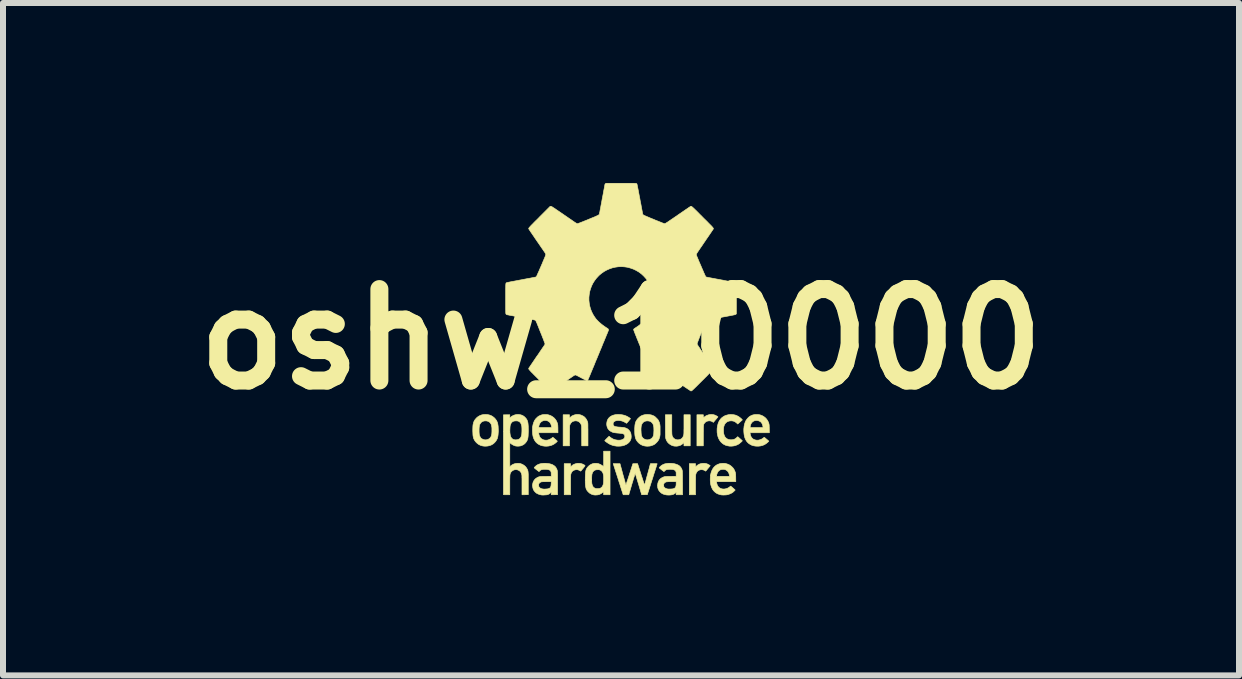
<source format=kicad_pcb>
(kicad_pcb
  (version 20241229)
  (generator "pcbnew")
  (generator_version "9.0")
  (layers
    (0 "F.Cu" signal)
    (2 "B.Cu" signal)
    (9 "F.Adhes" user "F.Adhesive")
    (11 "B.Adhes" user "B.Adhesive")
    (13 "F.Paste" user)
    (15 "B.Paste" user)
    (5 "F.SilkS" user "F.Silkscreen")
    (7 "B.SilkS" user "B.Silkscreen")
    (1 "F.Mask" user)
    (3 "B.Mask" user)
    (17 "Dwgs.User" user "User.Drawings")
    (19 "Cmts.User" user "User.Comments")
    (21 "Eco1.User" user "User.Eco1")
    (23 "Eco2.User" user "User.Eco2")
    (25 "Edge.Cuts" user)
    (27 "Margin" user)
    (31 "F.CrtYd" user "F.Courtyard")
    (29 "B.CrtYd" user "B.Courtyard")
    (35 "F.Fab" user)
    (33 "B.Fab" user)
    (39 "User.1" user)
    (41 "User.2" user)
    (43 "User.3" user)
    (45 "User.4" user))
  (footprint "oshw_10000"
    (layer "F.Cu")
    (at 7.301 2.603)
    (property "Reference" "oshw_10000" (at 0 0 0) (layer "F.SilkS") (effects (font (size 1.524 1.524) (thickness 0.3))))
    (attr through_hole)
    (fp_poly (pts (xy 1.54 1.258) (xy 1.566 1.266) (xy 1.578 1.271) (xy 1.586 1.276) (xy 1.595 1.281) (xy 1.604 1.286) (xy 1.611 1.291) (xy 1.615 1.294) (xy 1.615 1.295) (xy 1.614 1.298) (xy 1.609 1.303) (xy 1.603 1.311) (xy 1.594 1.322) (xy 1.584 1.334) (xy 1.577 1.342) (xy 1.539 1.387) (xy 1.526 1.378) (xy 1.508 1.368) (xy 1.489 1.363) (xy 1.471 1.361) (xy 1.448 1.364) (xy 1.427 1.37) (xy 1.409 1.381) (xy 1.394 1.397) (xy 1.392 1.399) (xy 1.388 1.404) (xy 1.385 1.408) (xy 1.383 1.412) (xy 1.38 1.417) (xy 1.378 1.422) (xy 1.377 1.429) (xy 1.376 1.436) (xy 1.375 1.446) (xy 1.374 1.458) (xy 1.373 1.473) (xy 1.373 1.49) (xy 1.373 1.511) (xy 1.373 1.536) (xy 1.372 1.565) (xy 1.372 1.599) (xy 1.372 1.608) (xy 1.371 1.778) (xy 1.265 1.778) (xy 1.265 1.26) (xy 1.372 1.26) (xy 1.372 1.314) (xy 1.388 1.298) (xy 1.409 1.282) (xy 1.433 1.27) (xy 1.459 1.261) (xy 1.486 1.256) (xy 1.513 1.255) (xy 1.54 1.258)) (stroke (width 0.01) (type solid)) (fill yes) (layer "F.SilkS"))
    (fp_poly (pts (xy 1.397 2.07) (xy 1.414 2.073) (xy 1.43 2.077) (xy 1.447 2.084) (xy 1.465 2.094) (xy 1.48 2.103) (xy 1.484 2.107) (xy 1.486 2.109) (xy 1.484 2.112) (xy 1.48 2.117) (xy 1.474 2.125) (xy 1.466 2.135) (xy 1.456 2.146) (xy 1.447 2.158) (xy 1.437 2.169) (xy 1.429 2.18) (xy 1.421 2.189) (xy 1.415 2.195) (xy 1.411 2.199) (xy 1.411 2.2) (xy 1.408 2.198) (xy 1.403 2.195) (xy 1.402 2.194) (xy 1.382 2.183) (xy 1.361 2.177) (xy 1.339 2.175) (xy 1.317 2.178) (xy 1.295 2.186) (xy 1.293 2.187) (xy 1.278 2.197) (xy 1.265 2.212) (xy 1.254 2.23) (xy 1.247 2.25) (xy 1.245 2.262) (xy 1.244 2.268) (xy 1.244 2.279) (xy 1.243 2.294) (xy 1.243 2.313) (xy 1.243 2.335) (xy 1.242 2.36) (xy 1.242 2.388) (xy 1.242 2.418) (xy 1.242 2.436) (xy 1.242 2.593) (xy 1.138 2.593) (xy 1.138 2.075) (xy 1.242 2.075) (xy 1.242 2.129) (xy 1.26 2.112) (xy 1.281 2.096) (xy 1.304 2.083) (xy 1.329 2.075) (xy 1.357 2.07) (xy 1.378 2.07) (xy 1.397 2.07)) (stroke (width 0.01) (type solid)) (fill yes) (layer "F.SilkS"))
    (fp_poly (pts (xy -0.675 2.072) (xy -0.648 2.079) (xy -0.623 2.091) (xy -0.615 2.095) (xy -0.608 2.1) (xy -0.603 2.103) (xy -0.601 2.106) (xy -0.6 2.11) (xy -0.602 2.115) (xy -0.607 2.122) (xy -0.614 2.131) (xy -0.624 2.143) (xy -0.63 2.151) (xy -0.643 2.166) (xy -0.653 2.178) (xy -0.66 2.187) (xy -0.666 2.193) (xy -0.67 2.197) (xy -0.673 2.198) (xy -0.675 2.199) (xy -0.678 2.198) (xy -0.68 2.196) (xy -0.682 2.194) (xy -0.703 2.183) (xy -0.724 2.176) (xy -0.746 2.175) (xy -0.768 2.179) (xy -0.79 2.187) (xy -0.791 2.188) (xy -0.808 2.199) (xy -0.821 2.215) (xy -0.831 2.234) (xy -0.837 2.252) (xy -0.838 2.257) (xy -0.838 2.262) (xy -0.839 2.27) (xy -0.839 2.28) (xy -0.84 2.292) (xy -0.84 2.307) (xy -0.84 2.326) (xy -0.841 2.348) (xy -0.841 2.374) (xy -0.841 2.404) (xy -0.841 2.431) (xy -0.841 2.593) (xy -0.947 2.593) (xy -0.947 2.075) (xy -0.841 2.075) (xy -0.841 2.129) (xy -0.827 2.116) (xy -0.806 2.098) (xy -0.782 2.085) (xy -0.756 2.076) (xy -0.729 2.07) (xy -0.702 2.069) (xy -0.675 2.072)) (stroke (width 0.01) (type solid)) (fill yes) (layer "F.SilkS"))
    (fp_poly (pts (xy -0.688 1.259) (xy -0.669 1.264) (xy -0.649 1.273) (xy -0.629 1.283) (xy -0.612 1.295) (xy -0.608 1.299) (xy -0.589 1.319) (xy -0.574 1.342) (xy -0.562 1.367) (xy -0.554 1.393) (xy -0.554 1.396) (xy -0.553 1.402) (xy -0.553 1.413) (xy -0.552 1.429) (xy -0.552 1.45) (xy -0.552 1.476) (xy -0.551 1.507) (xy -0.551 1.542) (xy -0.551 1.582) (xy -0.551 1.594) (xy -0.551 1.778) (xy -0.655 1.778) (xy -0.656 1.612) (xy -0.656 1.579) (xy -0.656 1.551) (xy -0.656 1.527) (xy -0.657 1.506) (xy -0.657 1.49) (xy -0.657 1.476) (xy -0.657 1.465) (xy -0.658 1.456) (xy -0.658 1.449) (xy -0.659 1.444) (xy -0.66 1.439) (xy -0.661 1.436) (xy -0.662 1.432) (xy -0.662 1.43) (xy -0.672 1.409) (xy -0.685 1.392) (xy -0.701 1.378) (xy -0.719 1.368) (xy -0.739 1.363) (xy -0.761 1.361) (xy -0.783 1.365) (xy -0.79 1.367) (xy -0.809 1.374) (xy -0.825 1.386) (xy -0.837 1.401) (xy -0.848 1.42) (xy -0.852 1.427) (xy -0.853 1.43) (xy -0.854 1.433) (xy -0.854 1.436) (xy -0.855 1.44) (xy -0.856 1.445) (xy -0.856 1.452) (xy -0.857 1.461) (xy -0.857 1.472) (xy -0.857 1.485) (xy -0.857 1.502) (xy -0.858 1.522) (xy -0.858 1.546) (xy -0.858 1.575) (xy -0.858 1.608) (xy -0.858 1.61) (xy -0.859 1.778) (xy -0.965 1.778) (xy -0.965 1.26) (xy -0.859 1.26) (xy -0.859 1.314) (xy -0.841 1.298) (xy -0.82 1.281) (xy -0.795 1.269) (xy -0.768 1.26) (xy -0.74 1.255) (xy -0.711 1.255) (xy -0.688 1.259)) (stroke (width 0.01) (type solid)) (fill yes) (layer "F.SilkS"))
    (fp_poly (pts (xy 0.846 1.42) (xy 0.846 1.455) (xy 0.846 1.485) (xy 0.846 1.511) (xy 0.846 1.533) (xy 0.847 1.552) (xy 0.847 1.567) (xy 0.848 1.58) (xy 0.849 1.59) (xy 0.85 1.599) (xy 0.851 1.606) (xy 0.853 1.612) (xy 0.854 1.617) (xy 0.857 1.622) (xy 0.859 1.626) (xy 0.87 1.643) (xy 0.885 1.657) (xy 0.902 1.668) (xy 0.921 1.675) (xy 0.941 1.678) (xy 0.962 1.677) (xy 0.982 1.672) (xy 1.001 1.663) (xy 1.015 1.653) (xy 1.026 1.64) (xy 1.035 1.624) (xy 1.042 1.606) (xy 1.046 1.587) (xy 1.047 1.582) (xy 1.047 1.571) (xy 1.048 1.556) (xy 1.048 1.538) (xy 1.048 1.517) (xy 1.049 1.493) (xy 1.049 1.468) (xy 1.049 1.44) (xy 1.049 1.414) (xy 1.049 1.26) (xy 1.153 1.26) (xy 1.153 1.778) (xy 1.049 1.778) (xy 1.049 1.724) (xy 1.031 1.741) (xy 1.009 1.758) (xy 0.984 1.771) (xy 0.957 1.779) (xy 0.929 1.784) (xy 0.9 1.783) (xy 0.895 1.783) (xy 0.868 1.778) (xy 0.841 1.768) (xy 0.817 1.754) (xy 0.795 1.737) (xy 0.776 1.717) (xy 0.761 1.694) (xy 0.758 1.688) (xy 0.754 1.679) (xy 0.75 1.667) (xy 0.746 1.656) (xy 0.745 1.652) (xy 0.744 1.649) (xy 0.744 1.645) (xy 0.743 1.64) (xy 0.742 1.635) (xy 0.742 1.628) (xy 0.741 1.619) (xy 0.741 1.609) (xy 0.741 1.595) (xy 0.741 1.579) (xy 0.74 1.559) (xy 0.74 1.536) (xy 0.74 1.509) (xy 0.74 1.477) (xy 0.74 1.448) (xy 0.739 1.26) (xy 0.846 1.26) (xy 0.846 1.42)) (stroke (width 0.01) (type solid)) (fill yes) (layer "F.SilkS"))
    (fp_poly (pts (xy 1.845 1.256) (xy 1.876 1.259) (xy 1.905 1.265) (xy 1.931 1.275) (xy 1.957 1.289) (xy 1.961 1.291) (xy 1.973 1.3) (xy 1.985 1.309) (xy 1.997 1.319) (xy 2.007 1.328) (xy 2.014 1.336) (xy 2.017 1.338) (xy 2.022 1.346) (xy 1.945 1.415) (xy 1.931 1.401) (xy 1.911 1.385) (xy 1.891 1.373) (xy 1.87 1.365) (xy 1.847 1.362) (xy 1.837 1.361) (xy 1.811 1.363) (xy 1.788 1.369) (xy 1.768 1.378) (xy 1.75 1.392) (xy 1.747 1.394) (xy 1.735 1.409) (xy 1.725 1.424) (xy 1.718 1.443) (xy 1.714 1.455) (xy 1.711 1.469) (xy 1.709 1.487) (xy 1.708 1.507) (xy 1.708 1.528) (xy 1.709 1.548) (xy 1.711 1.566) (xy 1.713 1.581) (xy 1.714 1.583) (xy 1.722 1.608) (xy 1.733 1.629) (xy 1.747 1.645) (xy 1.763 1.658) (xy 1.772 1.663) (xy 1.789 1.671) (xy 1.807 1.675) (xy 1.827 1.677) (xy 1.839 1.677) (xy 1.863 1.675) (xy 1.886 1.669) (xy 1.907 1.658) (xy 1.927 1.642) (xy 1.932 1.637) (xy 1.938 1.631) (xy 1.943 1.627) (xy 1.946 1.626) (xy 1.948 1.628) (xy 1.954 1.633) (xy 1.962 1.639) (xy 1.971 1.648) (xy 1.981 1.657) (xy 1.992 1.666) (xy 2.002 1.675) (xy 2.01 1.683) (xy 2.017 1.689) (xy 2.021 1.693) (xy 2.022 1.694) (xy 2.02 1.697) (xy 2.015 1.702) (xy 2.008 1.709) (xy 2 1.717) (xy 1.991 1.725) (xy 1.982 1.732) (xy 1.975 1.738) (xy 1.972 1.741) (xy 1.944 1.758) (xy 1.914 1.77) (xy 1.882 1.779) (xy 1.848 1.783) (xy 1.814 1.783) (xy 1.809 1.783) (xy 1.775 1.777) (xy 1.743 1.768) (xy 1.714 1.754) (xy 1.688 1.736) (xy 1.665 1.714) (xy 1.645 1.688) (xy 1.628 1.658) (xy 1.628 1.657) (xy 1.616 1.627) (xy 1.608 1.593) (xy 1.602 1.558) (xy 1.601 1.521) (xy 1.602 1.484) (xy 1.608 1.448) (xy 1.616 1.413) (xy 1.623 1.392) (xy 1.637 1.363) (xy 1.655 1.336) (xy 1.676 1.313) (xy 1.701 1.294) (xy 1.728 1.278) (xy 1.758 1.267) (xy 1.79 1.259) (xy 1.824 1.255) (xy 1.845 1.256)) (stroke (width 0.01) (type solid)) (fill yes) (layer "F.SilkS"))
    (fp_poly (pts (xy 2.277 1.256) (xy 2.289 1.257) (xy 2.299 1.258) (xy 2.309 1.26) (xy 2.318 1.262) (xy 2.349 1.273) (xy 2.378 1.289) (xy 2.403 1.308) (xy 2.425 1.331) (xy 2.443 1.357) (xy 2.458 1.387) (xy 2.464 1.406) (xy 2.466 1.412) (xy 2.467 1.418) (xy 2.468 1.425) (xy 2.469 1.433) (xy 2.47 1.444) (xy 2.47 1.458) (xy 2.471 1.475) (xy 2.471 1.492) (xy 2.472 1.56) (xy 2.151 1.56) (xy 2.152 1.574) (xy 2.157 1.598) (xy 2.164 1.619) (xy 2.174 1.636) (xy 2.185 1.65) (xy 2.201 1.664) (xy 2.221 1.674) (xy 2.243 1.681) (xy 2.266 1.684) (xy 2.29 1.683) (xy 2.314 1.677) (xy 2.338 1.668) (xy 2.35 1.662) (xy 2.359 1.656) (xy 2.369 1.649) (xy 2.375 1.644) (xy 2.381 1.639) (xy 2.386 1.637) (xy 2.388 1.636) (xy 2.391 1.638) (xy 2.397 1.643) (xy 2.406 1.65) (xy 2.416 1.659) (xy 2.428 1.669) (xy 2.428 1.669) (xy 2.464 1.7) (xy 2.444 1.72) (xy 2.418 1.741) (xy 2.389 1.759) (xy 2.357 1.772) (xy 2.324 1.78) (xy 2.288 1.784) (xy 2.25 1.783) (xy 2.248 1.783) (xy 2.214 1.778) (xy 2.182 1.769) (xy 2.154 1.755) (xy 2.128 1.738) (xy 2.106 1.717) (xy 2.087 1.693) (xy 2.072 1.664) (xy 2.063 1.641) (xy 2.055 1.612) (xy 2.05 1.58) (xy 2.047 1.546) (xy 2.046 1.512) (xy 2.047 1.488) (xy 2.049 1.473) (xy 2.151 1.473) (xy 2.368 1.473) (xy 2.366 1.462) (xy 2.361 1.436) (xy 2.353 1.413) (xy 2.342 1.395) (xy 2.329 1.38) (xy 2.312 1.369) (xy 2.308 1.367) (xy 2.287 1.359) (xy 2.265 1.355) (xy 2.243 1.356) (xy 2.222 1.361) (xy 2.203 1.37) (xy 2.186 1.384) (xy 2.185 1.385) (xy 2.172 1.401) (xy 2.163 1.419) (xy 2.156 1.44) (xy 2.153 1.46) (xy 2.151 1.473) (xy 2.049 1.473) (xy 2.051 1.451) (xy 2.058 1.419) (xy 2.067 1.39) (xy 2.078 1.364) (xy 2.093 1.34) (xy 2.111 1.318) (xy 2.117 1.312) (xy 2.128 1.301) (xy 2.137 1.293) (xy 2.146 1.287) (xy 2.155 1.281) (xy 2.164 1.277) (xy 2.181 1.269) (xy 2.197 1.263) (xy 2.212 1.26) (xy 2.228 1.257) (xy 2.246 1.256) (xy 2.261 1.256) (xy 2.277 1.256)) (stroke (width 0.01) (type solid)) (fill yes) (layer "F.SilkS"))
    (fp_poly (pts (xy -2.226 1.257) (xy -2.196 1.263) (xy -2.168 1.273) (xy -2.142 1.287) (xy -2.118 1.306) (xy -2.113 1.31) (xy -2.092 1.333) (xy -2.075 1.357) (xy -2.063 1.382) (xy -2.054 1.411) (xy -2.054 1.415) (xy -2.051 1.432) (xy -2.048 1.453) (xy -2.047 1.476) (xy -2.046 1.501) (xy -2.045 1.527) (xy -2.046 1.551) (xy -2.047 1.563) (xy -2.049 1.591) (xy -2.052 1.616) (xy -2.057 1.637) (xy -2.062 1.656) (xy -2.07 1.672) (xy -2.079 1.688) (xy -2.088 1.702) (xy -2.11 1.727) (xy -2.134 1.747) (xy -2.161 1.763) (xy -2.19 1.774) (xy -2.221 1.781) (xy -2.255 1.784) (xy -2.284 1.783) (xy -2.316 1.778) (xy -2.346 1.768) (xy -2.374 1.754) (xy -2.399 1.735) (xy -2.421 1.713) (xy -2.437 1.692) (xy -2.445 1.678) (xy -2.452 1.665) (xy -2.458 1.651) (xy -2.462 1.636) (xy -2.465 1.62) (xy -2.468 1.601) (xy -2.469 1.579) (xy -2.47 1.552) (xy -2.471 1.537) (xy -2.471 1.522) (xy -2.366 1.522) (xy -2.366 1.544) (xy -2.365 1.564) (xy -2.363 1.583) (xy -2.361 1.598) (xy -2.361 1.598) (xy -2.356 1.612) (xy -2.349 1.627) (xy -2.341 1.641) (xy -2.333 1.651) (xy -2.329 1.654) (xy -2.321 1.66) (xy -2.311 1.665) (xy -2.31 1.665) (xy -2.289 1.674) (xy -2.27 1.678) (xy -2.25 1.678) (xy -2.237 1.676) (xy -2.215 1.669) (xy -2.195 1.658) (xy -2.18 1.643) (xy -2.167 1.625) (xy -2.159 1.603) (xy -2.157 1.598) (xy -2.156 1.588) (xy -2.154 1.575) (xy -2.153 1.559) (xy -2.152 1.541) (xy -2.152 1.522) (xy -2.152 1.503) (xy -2.152 1.486) (xy -2.153 1.472) (xy -2.154 1.466) (xy -2.158 1.441) (xy -2.164 1.42) (xy -2.174 1.403) (xy -2.187 1.388) (xy -2.195 1.381) (xy -2.213 1.371) (xy -2.234 1.364) (xy -2.255 1.362) (xy -2.277 1.363) (xy -2.298 1.368) (xy -2.317 1.377) (xy -2.329 1.386) (xy -2.338 1.396) (xy -2.347 1.409) (xy -2.355 1.423) (xy -2.358 1.431) (xy -2.361 1.443) (xy -2.363 1.46) (xy -2.365 1.479) (xy -2.366 1.5) (xy -2.366 1.522) (xy -2.471 1.522) (xy -2.471 1.503) (xy -2.47 1.472) (xy -2.469 1.446) (xy -2.466 1.422) (xy -2.461 1.402) (xy -2.456 1.384) (xy -2.449 1.367) (xy -2.44 1.351) (xy -2.43 1.337) (xy -2.408 1.312) (xy -2.384 1.292) (xy -2.357 1.276) (xy -2.328 1.264) (xy -2.296 1.257) (xy -2.262 1.255) (xy -2.26 1.255) (xy -2.226 1.257)) (stroke (width 0.01) (type solid)) (fill yes) (layer "F.SilkS"))
    (fp_poly (pts (xy -0.183 2.593) (xy -0.29 2.593) (xy -0.29 2.542) (xy -0.302 2.553) (xy -0.326 2.57) (xy -0.351 2.584) (xy -0.367 2.59) (xy -0.387 2.595) (xy -0.409 2.597) (xy -0.431 2.598) (xy -0.452 2.596) (xy -0.461 2.594) (xy -0.472 2.591) (xy -0.485 2.587) (xy -0.497 2.582) (xy -0.5 2.58) (xy -0.511 2.574) (xy -0.521 2.568) (xy -0.53 2.561) (xy -0.54 2.551) (xy -0.544 2.548) (xy -0.557 2.534) (xy -0.568 2.52) (xy -0.576 2.505) (xy -0.583 2.489) (xy -0.587 2.472) (xy -0.591 2.451) (xy -0.594 2.426) (xy -0.595 2.412) (xy -0.596 2.393) (xy -0.596 2.372) (xy -0.596 2.349) (xy -0.596 2.328) (xy -0.489 2.328) (xy -0.489 2.348) (xy -0.489 2.368) (xy -0.488 2.385) (xy -0.487 2.401) (xy -0.485 2.412) (xy -0.484 2.416) (xy -0.477 2.439) (xy -0.468 2.457) (xy -0.456 2.471) (xy -0.445 2.478) (xy -0.433 2.485) (xy -0.42 2.489) (xy -0.406 2.491) (xy -0.388 2.491) (xy -0.385 2.491) (xy -0.372 2.49) (xy -0.362 2.489) (xy -0.354 2.487) (xy -0.346 2.484) (xy -0.345 2.484) (xy -0.329 2.474) (xy -0.315 2.46) (xy -0.305 2.443) (xy -0.297 2.422) (xy -0.293 2.404) (xy -0.292 2.391) (xy -0.291 2.375) (xy -0.29 2.356) (xy -0.29 2.336) (xy -0.29 2.316) (xy -0.29 2.297) (xy -0.291 2.28) (xy -0.293 2.267) (xy -0.293 2.263) (xy -0.299 2.239) (xy -0.307 2.22) (xy -0.318 2.204) (xy -0.331 2.191) (xy -0.346 2.183) (xy -0.354 2.18) (xy -0.362 2.177) (xy -0.37 2.176) (xy -0.38 2.176) (xy -0.387 2.176) (xy -0.411 2.177) (xy -0.431 2.182) (xy -0.448 2.19) (xy -0.461 2.203) (xy -0.473 2.219) (xy -0.481 2.24) (xy -0.484 2.25) (xy -0.486 2.26) (xy -0.487 2.273) (xy -0.488 2.289) (xy -0.489 2.308) (xy -0.489 2.328) (xy -0.596 2.328) (xy -0.596 2.325) (xy -0.596 2.3) (xy -0.595 2.277) (xy -0.594 2.255) (xy -0.593 2.235) (xy -0.592 2.22) (xy -0.591 2.212) (xy -0.587 2.192) (xy -0.582 2.174) (xy -0.575 2.159) (xy -0.565 2.144) (xy -0.564 2.142) (xy -0.545 2.12) (xy -0.523 2.101) (xy -0.498 2.086) (xy -0.471 2.075) (xy -0.465 2.074) (xy -0.446 2.07) (xy -0.425 2.069) (xy -0.404 2.07) (xy -0.384 2.073) (xy -0.373 2.076) (xy -0.344 2.088) (xy -0.316 2.105) (xy -0.305 2.113) (xy -0.29 2.126) (xy -0.29 1.867) (xy -0.183 1.867) (xy -0.183 2.593)) (stroke (width 0.01) (type solid)) (fill yes) (layer "F.SilkS"))
    (fp_poly (pts (xy 1.725 2.07) (xy 1.742 2.072) (xy 1.748 2.074) (xy 1.778 2.083) (xy 1.805 2.095) (xy 1.828 2.11) (xy 1.851 2.13) (xy 1.852 2.131) (xy 1.868 2.148) (xy 1.88 2.165) (xy 1.89 2.183) (xy 1.896 2.197) (xy 1.9 2.207) (xy 1.904 2.217) (xy 1.906 2.226) (xy 1.908 2.235) (xy 1.91 2.246) (xy 1.911 2.259) (xy 1.911 2.275) (xy 1.912 2.294) (xy 1.912 2.308) (xy 1.913 2.375) (xy 1.592 2.375) (xy 1.594 2.39) (xy 1.599 2.416) (xy 1.608 2.439) (xy 1.62 2.458) (xy 1.636 2.474) (xy 1.656 2.486) (xy 1.678 2.494) (xy 1.695 2.497) (xy 1.719 2.498) (xy 1.744 2.494) (xy 1.768 2.487) (xy 1.791 2.476) (xy 1.811 2.462) (xy 1.817 2.457) (xy 1.822 2.452) (xy 1.826 2.45) (xy 1.829 2.45) (xy 1.831 2.451) (xy 1.838 2.457) (xy 1.847 2.465) (xy 1.857 2.473) (xy 1.867 2.482) (xy 1.878 2.491) (xy 1.887 2.5) (xy 1.895 2.507) (xy 1.9 2.512) (xy 1.902 2.514) (xy 1.902 2.514) (xy 1.901 2.517) (xy 1.896 2.522) (xy 1.889 2.529) (xy 1.881 2.537) (xy 1.872 2.545) (xy 1.864 2.552) (xy 1.857 2.557) (xy 1.856 2.558) (xy 1.84 2.567) (xy 1.821 2.576) (xy 1.801 2.584) (xy 1.782 2.59) (xy 1.78 2.591) (xy 1.766 2.594) (xy 1.748 2.596) (xy 1.728 2.597) (xy 1.708 2.598) (xy 1.689 2.597) (xy 1.674 2.596) (xy 1.673 2.596) (xy 1.658 2.593) (xy 1.64 2.588) (xy 1.622 2.582) (xy 1.606 2.576) (xy 1.595 2.57) (xy 1.569 2.552) (xy 1.547 2.531) (xy 1.528 2.507) (xy 1.513 2.478) (xy 1.501 2.446) (xy 1.492 2.41) (xy 1.492 2.408) (xy 1.49 2.391) (xy 1.488 2.372) (xy 1.487 2.349) (xy 1.487 2.326) (xy 1.488 2.304) (xy 1.489 2.286) (xy 1.593 2.286) (xy 1.808 2.286) (xy 1.806 2.27) (xy 1.801 2.245) (xy 1.792 2.223) (xy 1.78 2.205) (xy 1.764 2.19) (xy 1.746 2.179) (xy 1.725 2.172) (xy 1.707 2.17) (xy 1.682 2.171) (xy 1.66 2.176) (xy 1.641 2.186) (xy 1.625 2.199) (xy 1.612 2.217) (xy 1.602 2.238) (xy 1.596 2.257) (xy 1.594 2.267) (xy 1.593 2.275) (xy 1.593 2.28) (xy 1.593 2.286) (xy 1.489 2.286) (xy 1.489 2.283) (xy 1.492 2.265) (xy 1.492 2.262) (xy 1.501 2.225) (xy 1.513 2.192) (xy 1.528 2.162) (xy 1.546 2.137) (xy 1.568 2.115) (xy 1.593 2.097) (xy 1.621 2.084) (xy 1.647 2.075) (xy 1.664 2.072) (xy 1.684 2.07) (xy 1.704 2.069) (xy 1.725 2.07)) (stroke (width 0.01) (type solid)) (fill yes) (layer "F.SilkS"))
    (fp_poly (pts (xy -0.073 2.076) (xy -0.017 2.076) (xy 0.031 2.254) (xy 0.039 2.283) (xy 0.047 2.31) (xy 0.054 2.336) (xy 0.061 2.359) (xy 0.066 2.38) (xy 0.071 2.398) (xy 0.075 2.412) (xy 0.079 2.423) (xy 0.08 2.429) (xy 0.081 2.431) (xy 0.082 2.428) (xy 0.085 2.422) (xy 0.088 2.411) (xy 0.093 2.396) (xy 0.099 2.378) (xy 0.106 2.357) (xy 0.114 2.334) (xy 0.122 2.308) (xy 0.131 2.281) (xy 0.14 2.254) (xy 0.197 2.076) (xy 0.276 2.075) (xy 0.331 2.247) (xy 0.34 2.276) (xy 0.349 2.303) (xy 0.358 2.329) (xy 0.365 2.352) (xy 0.372 2.373) (xy 0.378 2.391) (xy 0.383 2.406) (xy 0.386 2.417) (xy 0.389 2.424) (xy 0.39 2.427) (xy 0.39 2.428) (xy 0.391 2.428) (xy 0.392 2.426) (xy 0.394 2.423) (xy 0.396 2.418) (xy 0.398 2.41) (xy 0.401 2.4) (xy 0.405 2.386) (xy 0.41 2.37) (xy 0.416 2.349) (xy 0.422 2.325) (xy 0.43 2.296) (xy 0.439 2.264) (xy 0.447 2.235) (xy 0.454 2.208) (xy 0.461 2.182) (xy 0.468 2.159) (xy 0.473 2.137) (xy 0.478 2.119) (xy 0.482 2.104) (xy 0.485 2.093) (xy 0.487 2.087) (xy 0.488 2.085) (xy 0.49 2.075) (xy 0.546 2.075) (xy 0.562 2.075) (xy 0.577 2.075) (xy 0.589 2.076) (xy 0.597 2.076) (xy 0.601 2.077) (xy 0.602 2.077) (xy 0.601 2.08) (xy 0.599 2.087) (xy 0.595 2.098) (xy 0.591 2.113) (xy 0.585 2.132) (xy 0.578 2.154) (xy 0.57 2.179) (xy 0.561 2.207) (xy 0.551 2.237) (xy 0.541 2.269) (xy 0.531 2.302) (xy 0.52 2.336) (xy 0.438 2.592) (xy 0.344 2.593) (xy 0.291 2.414) (xy 0.282 2.385) (xy 0.274 2.358) (xy 0.266 2.332) (xy 0.259 2.309) (xy 0.253 2.288) (xy 0.247 2.27) (xy 0.243 2.256) (xy 0.239 2.246) (xy 0.237 2.239) (xy 0.236 2.237) (xy 0.235 2.24) (xy 0.233 2.247) (xy 0.229 2.258) (xy 0.225 2.273) (xy 0.219 2.292) (xy 0.212 2.313) (xy 0.205 2.336) (xy 0.198 2.362) (xy 0.189 2.39) (xy 0.181 2.416) (xy 0.129 2.593) (xy 0.036 2.593) (xy 0.017 2.534) (xy 0.014 2.525) (xy 0.009 2.511) (xy 0.004 2.495) (xy -0.002 2.475) (xy -0.01 2.452) (xy -0.017 2.427) (xy -0.026 2.401) (xy -0.035 2.373) (xy -0.044 2.344) (xy -0.053 2.315) (xy -0.063 2.285) (xy -0.072 2.256) (xy -0.081 2.228) (xy -0.09 2.201) (xy -0.098 2.176) (xy -0.105 2.153) (xy -0.112 2.132) (xy -0.118 2.114) (xy -0.122 2.1) (xy -0.126 2.089) (xy -0.128 2.082) (xy -0.128 2.081) (xy -0.13 2.075) (xy -0.073 2.076)) (stroke (width 0.01) (type solid)) (fill yes) (layer "F.SilkS"))
    (fp_poly (pts (xy 0.478 1.258) (xy 0.508 1.264) (xy 0.536 1.275) (xy 0.555 1.284) (xy 0.566 1.292) (xy 0.578 1.303) (xy 0.591 1.316) (xy 0.604 1.329) (xy 0.615 1.341) (xy 0.622 1.352) (xy 0.627 1.362) (xy 0.633 1.375) (xy 0.638 1.386) (xy 0.638 1.386) (xy 0.641 1.397) (xy 0.644 1.408) (xy 0.647 1.418) (xy 0.648 1.43) (xy 0.65 1.442) (xy 0.651 1.457) (xy 0.651 1.475) (xy 0.651 1.497) (xy 0.651 1.521) (xy 0.651 1.544) (xy 0.651 1.562) (xy 0.651 1.577) (xy 0.651 1.589) (xy 0.65 1.598) (xy 0.649 1.606) (xy 0.648 1.614) (xy 0.647 1.621) (xy 0.646 1.624) (xy 0.639 1.648) (xy 0.63 1.672) (xy 0.618 1.692) (xy 0.615 1.696) (xy 0.604 1.71) (xy 0.591 1.724) (xy 0.576 1.738) (xy 0.562 1.75) (xy 0.555 1.754) (xy 0.539 1.763) (xy 0.52 1.77) (xy 0.5 1.777) (xy 0.482 1.781) (xy 0.475 1.782) (xy 0.46 1.783) (xy 0.448 1.784) (xy 0.438 1.784) (xy 0.43 1.784) (xy 0.421 1.783) (xy 0.415 1.783) (xy 0.383 1.778) (xy 0.353 1.768) (xy 0.326 1.754) (xy 0.301 1.736) (xy 0.278 1.713) (xy 0.278 1.712) (xy 0.265 1.696) (xy 0.255 1.68) (xy 0.246 1.663) (xy 0.24 1.644) (xy 0.235 1.623) (xy 0.231 1.599) (xy 0.229 1.572) (xy 0.228 1.541) (xy 0.228 1.521) (xy 0.333 1.521) (xy 0.334 1.537) (xy 0.335 1.562) (xy 0.337 1.583) (xy 0.339 1.6) (xy 0.344 1.614) (xy 0.349 1.626) (xy 0.356 1.637) (xy 0.365 1.648) (xy 0.366 1.649) (xy 0.383 1.662) (xy 0.401 1.671) (xy 0.422 1.677) (xy 0.444 1.678) (xy 0.466 1.675) (xy 0.476 1.672) (xy 0.496 1.663) (xy 0.514 1.65) (xy 0.528 1.633) (xy 0.538 1.614) (xy 0.54 1.607) (xy 0.543 1.595) (xy 0.545 1.579) (xy 0.546 1.56) (xy 0.547 1.539) (xy 0.548 1.518) (xy 0.547 1.497) (xy 0.547 1.481) (xy 0.545 1.461) (xy 0.542 1.445) (xy 0.539 1.432) (xy 0.535 1.421) (xy 0.53 1.411) (xy 0.526 1.404) (xy 0.512 1.388) (xy 0.496 1.376) (xy 0.477 1.367) (xy 0.454 1.363) (xy 0.447 1.362) (xy 0.423 1.363) (xy 0.401 1.368) (xy 0.382 1.377) (xy 0.365 1.391) (xy 0.352 1.408) (xy 0.343 1.427) (xy 0.338 1.443) (xy 0.335 1.464) (xy 0.333 1.49) (xy 0.333 1.521) (xy 0.228 1.521) (xy 0.228 1.518) (xy 0.228 1.485) (xy 0.23 1.457) (xy 0.232 1.432) (xy 0.236 1.41) (xy 0.241 1.391) (xy 0.247 1.374) (xy 0.256 1.358) (xy 0.263 1.347) (xy 0.273 1.332) (xy 0.287 1.318) (xy 0.302 1.303) (xy 0.317 1.291) (xy 0.33 1.282) (xy 0.357 1.269) (xy 0.385 1.261) (xy 0.416 1.256) (xy 0.447 1.255) (xy 0.478 1.258)) (stroke (width 0.01) (type solid)) (fill yes) (layer "F.SilkS"))
    (fp_poly (pts (xy -1.245 1.256) (xy -1.219 1.259) (xy -1.195 1.266) (xy -1.169 1.276) (xy -1.167 1.277) (xy -1.139 1.294) (xy -1.114 1.314) (xy -1.093 1.338) (xy -1.076 1.364) (xy -1.063 1.395) (xy -1.059 1.407) (xy -1.057 1.414) (xy -1.056 1.42) (xy -1.055 1.427) (xy -1.054 1.435) (xy -1.053 1.446) (xy -1.053 1.46) (xy -1.052 1.478) (xy -1.052 1.493) (xy -1.051 1.56) (xy -1.372 1.56) (xy -1.372 1.568) (xy -1.37 1.581) (xy -1.367 1.596) (xy -1.362 1.611) (xy -1.357 1.624) (xy -1.357 1.625) (xy -1.345 1.643) (xy -1.329 1.658) (xy -1.31 1.67) (xy -1.289 1.679) (xy -1.266 1.683) (xy -1.242 1.684) (xy -1.221 1.681) (xy -1.207 1.677) (xy -1.19 1.67) (xy -1.174 1.662) (xy -1.159 1.652) (xy -1.153 1.648) (xy -1.145 1.642) (xy -1.14 1.638) (xy -1.137 1.636) (xy -1.136 1.636) (xy -1.134 1.637) (xy -1.128 1.642) (xy -1.12 1.648) (xy -1.111 1.656) (xy -1.101 1.665) (xy -1.09 1.674) (xy -1.08 1.683) (xy -1.072 1.69) (xy -1.066 1.696) (xy -1.062 1.7) (xy -1.062 1.701) (xy -1.064 1.704) (xy -1.069 1.71) (xy -1.076 1.717) (xy -1.085 1.725) (xy -1.095 1.733) (xy -1.1 1.737) (xy -1.119 1.75) (xy -1.142 1.762) (xy -1.167 1.772) (xy -1.192 1.778) (xy -1.212 1.782) (xy -1.227 1.783) (xy -1.239 1.784) (xy -1.25 1.784) (xy -1.259 1.784) (xy -1.271 1.783) (xy -1.276 1.783) (xy -1.309 1.778) (xy -1.34 1.769) (xy -1.368 1.756) (xy -1.393 1.74) (xy -1.415 1.72) (xy -1.429 1.703) (xy -1.444 1.679) (xy -1.456 1.654) (xy -1.465 1.627) (xy -1.471 1.597) (xy -1.475 1.564) (xy -1.477 1.527) (xy -1.477 1.521) (xy -1.476 1.487) (xy -1.474 1.461) (xy -1.372 1.461) (xy -1.372 1.465) (xy -1.37 1.468) (xy -1.367 1.47) (xy -1.361 1.472) (xy -1.353 1.473) (xy -1.341 1.473) (xy -1.326 1.473) (xy -1.308 1.473) (xy -1.284 1.473) (xy -1.264 1.473) (xy -1.156 1.473) (xy -1.157 1.464) (xy -1.163 1.436) (xy -1.171 1.413) (xy -1.182 1.394) (xy -1.196 1.379) (xy -1.213 1.368) (xy -1.218 1.365) (xy -1.24 1.357) (xy -1.263 1.355) (xy -1.281 1.356) (xy -1.303 1.362) (xy -1.323 1.372) (xy -1.34 1.386) (xy -1.353 1.404) (xy -1.363 1.425) (xy -1.368 1.443) (xy -1.369 1.451) (xy -1.371 1.457) (xy -1.372 1.461) (xy -1.474 1.461) (xy -1.473 1.457) (xy -1.468 1.429) (xy -1.461 1.404) (xy -1.452 1.379) (xy -1.443 1.36) (xy -1.437 1.349) (xy -1.43 1.339) (xy -1.422 1.328) (xy -1.411 1.317) (xy -1.407 1.313) (xy -1.396 1.302) (xy -1.387 1.294) (xy -1.379 1.288) (xy -1.371 1.283) (xy -1.36 1.277) (xy -1.359 1.277) (xy -1.341 1.269) (xy -1.325 1.263) (xy -1.309 1.259) (xy -1.292 1.257) (xy -1.274 1.256) (xy -1.245 1.256)) (stroke (width 0.01) (type solid)) (fill yes) (layer "F.SilkS"))
    (fp_poly (pts (xy 0.844 2.07) (xy 0.88 2.074) (xy 0.911 2.082) (xy 0.939 2.092) (xy 0.963 2.104) (xy 0.982 2.12) (xy 0.998 2.139) (xy 1.007 2.154) (xy 1.01 2.161) (xy 1.013 2.167) (xy 1.015 2.172) (xy 1.017 2.177) (xy 1.019 2.183) (xy 1.02 2.19) (xy 1.022 2.198) (xy 1.023 2.207) (xy 1.023 2.219) (xy 1.024 2.232) (xy 1.024 2.248) (xy 1.025 2.268) (xy 1.025 2.29) (xy 1.025 2.317) (xy 1.025 2.348) (xy 1.025 2.383) (xy 1.026 2.398) (xy 1.026 2.593) (xy 0.919 2.593) (xy 0.919 2.547) (xy 0.912 2.558) (xy 0.901 2.569) (xy 0.886 2.579) (xy 0.868 2.588) (xy 0.867 2.588) (xy 0.851 2.593) (xy 0.831 2.596) (xy 0.809 2.598) (xy 0.786 2.598) (xy 0.764 2.597) (xy 0.746 2.594) (xy 0.72 2.588) (xy 0.696 2.579) (xy 0.679 2.57) (xy 0.664 2.559) (xy 0.649 2.544) (xy 0.635 2.528) (xy 0.625 2.511) (xy 0.624 2.509) (xy 0.617 2.492) (xy 0.612 2.476) (xy 0.61 2.46) (xy 0.609 2.441) (xy 0.609 2.437) (xy 0.609 2.436) (xy 0.709 2.436) (xy 0.711 2.45) (xy 0.717 2.464) (xy 0.725 2.474) (xy 0.736 2.482) (xy 0.75 2.489) (xy 0.766 2.494) (xy 0.777 2.497) (xy 0.789 2.498) (xy 0.804 2.498) (xy 0.821 2.498) (xy 0.838 2.497) (xy 0.854 2.496) (xy 0.867 2.494) (xy 0.882 2.489) (xy 0.895 2.482) (xy 0.905 2.473) (xy 0.909 2.467) (xy 0.914 2.452) (xy 0.918 2.433) (xy 0.919 2.409) (xy 0.919 2.401) (xy 0.919 2.375) (xy 0.845 2.375) (xy 0.821 2.375) (xy 0.801 2.375) (xy 0.786 2.376) (xy 0.773 2.377) (xy 0.763 2.378) (xy 0.755 2.379) (xy 0.748 2.381) (xy 0.742 2.384) (xy 0.738 2.386) (xy 0.725 2.395) (xy 0.716 2.407) (xy 0.711 2.421) (xy 0.709 2.436) (xy 0.609 2.436) (xy 0.612 2.409) (xy 0.619 2.383) (xy 0.63 2.359) (xy 0.645 2.338) (xy 0.665 2.32) (xy 0.688 2.306) (xy 0.714 2.295) (xy 0.723 2.292) (xy 0.728 2.291) (xy 0.733 2.29) (xy 0.741 2.289) (xy 0.75 2.288) (xy 0.763 2.288) (xy 0.778 2.287) (xy 0.797 2.287) (xy 0.821 2.287) (xy 0.829 2.287) (xy 0.919 2.286) (xy 0.919 2.255) (xy 0.919 2.242) (xy 0.919 2.229) (xy 0.918 2.219) (xy 0.917 2.214) (xy 0.911 2.2) (xy 0.902 2.189) (xy 0.89 2.181) (xy 0.873 2.175) (xy 0.853 2.171) (xy 0.828 2.17) (xy 0.806 2.17) (xy 0.786 2.171) (xy 0.769 2.173) (xy 0.756 2.176) (xy 0.746 2.181) (xy 0.736 2.188) (xy 0.728 2.195) (xy 0.716 2.208) (xy 0.676 2.178) (xy 0.664 2.168) (xy 0.653 2.16) (xy 0.645 2.153) (xy 0.638 2.147) (xy 0.636 2.145) (xy 0.636 2.144) (xy 0.637 2.142) (xy 0.641 2.136) (xy 0.648 2.129) (xy 0.653 2.123) (xy 0.674 2.105) (xy 0.698 2.091) (xy 0.724 2.08) (xy 0.754 2.073) (xy 0.786 2.069) (xy 0.823 2.069) (xy 0.844 2.07)) (stroke (width 0.01) (type solid)) (fill yes) (layer "F.SilkS"))
    (fp_poly (pts (xy -0.016 1.256) (xy 0.021 1.261) (xy 0.057 1.269) (xy 0.09 1.282) (xy 0.098 1.286) (xy 0.107 1.291) (xy 0.118 1.297) (xy 0.129 1.303) (xy 0.139 1.31) (xy 0.148 1.317) (xy 0.154 1.322) (xy 0.157 1.325) (xy 0.157 1.325) (xy 0.156 1.328) (xy 0.152 1.333) (xy 0.145 1.341) (xy 0.137 1.351) (xy 0.129 1.361) (xy 0.12 1.372) (xy 0.111 1.382) (xy 0.104 1.39) (xy 0.098 1.397) (xy 0.094 1.401) (xy 0.093 1.402) (xy 0.09 1.401) (xy 0.085 1.398) (xy 0.078 1.394) (xy 0.049 1.377) (xy 0.019 1.365) (xy -0.011 1.358) (xy -0.04 1.355) (xy -0.066 1.356) (xy -0.088 1.361) (xy -0.105 1.368) (xy -0.118 1.377) (xy -0.127 1.389) (xy -0.131 1.404) (xy -0.132 1.413) (xy -0.131 1.424) (xy -0.128 1.433) (xy -0.121 1.442) (xy -0.12 1.443) (xy -0.115 1.448) (xy -0.108 1.452) (xy -0.1 1.455) (xy -0.09 1.458) (xy -0.077 1.46) (xy -0.06 1.463) (xy -0.04 1.465) (xy -0.024 1.466) (xy -0.003 1.467) (xy 0.013 1.469) (xy 0.027 1.47) (xy 0.037 1.471) (xy 0.045 1.472) (xy 0.052 1.474) (xy 0.059 1.475) (xy 0.066 1.477) (xy 0.069 1.478) (xy 0.093 1.487) (xy 0.115 1.5) (xy 0.133 1.518) (xy 0.149 1.538) (xy 0.16 1.561) (xy 0.164 1.574) (xy 0.167 1.59) (xy 0.169 1.609) (xy 0.17 1.628) (xy 0.168 1.646) (xy 0.167 1.657) (xy 0.158 1.682) (xy 0.146 1.704) (xy 0.129 1.724) (xy 0.108 1.742) (xy 0.084 1.756) (xy 0.057 1.768) (xy 0.027 1.777) (xy -0.005 1.782) (xy -0.04 1.784) (xy -0.073 1.783) (xy -0.112 1.777) (xy -0.149 1.767) (xy -0.186 1.752) (xy -0.221 1.731) (xy -0.251 1.71) (xy -0.26 1.703) (xy -0.267 1.697) (xy -0.271 1.693) (xy -0.272 1.692) (xy -0.27 1.69) (xy -0.265 1.685) (xy -0.258 1.677) (xy -0.249 1.667) (xy -0.238 1.657) (xy -0.236 1.654) (xy -0.199 1.618) (xy -0.179 1.635) (xy -0.152 1.654) (xy -0.122 1.669) (xy -0.091 1.678) (xy -0.058 1.683) (xy -0.04 1.684) (xy -0.02 1.683) (xy -0.003 1.681) (xy 0.013 1.677) (xy 0.025 1.672) (xy 0.042 1.663) (xy 0.053 1.651) (xy 0.061 1.637) (xy 0.063 1.621) (xy 0.063 1.619) (xy 0.061 1.604) (xy 0.055 1.592) (xy 0.044 1.582) (xy 0.03 1.575) (xy 0.028 1.575) (xy 0.023 1.574) (xy 0.014 1.572) (xy 0.001 1.571) (xy -0.014 1.569) (xy -0.031 1.567) (xy -0.044 1.566) (xy -0.068 1.564) (xy -0.086 1.562) (xy -0.102 1.56) (xy -0.114 1.558) (xy -0.124 1.556) (xy -0.133 1.554) (xy -0.141 1.551) (xy -0.15 1.547) (xy -0.159 1.543) (xy -0.16 1.542) (xy -0.183 1.529) (xy -0.203 1.512) (xy -0.218 1.492) (xy -0.229 1.469) (xy -0.236 1.444) (xy -0.239 1.416) (xy -0.239 1.414) (xy -0.236 1.385) (xy -0.23 1.359) (xy -0.219 1.335) (xy -0.204 1.314) (xy -0.185 1.296) (xy -0.162 1.281) (xy -0.136 1.269) (xy -0.106 1.261) (xy -0.091 1.258) (xy -0.054 1.255) (xy -0.016 1.256)) (stroke (width 0.01) (type solid)) (fill yes) (layer "F.SilkS"))
    (fp_poly (pts (xy -1.251 2.069) (xy -1.241 2.07) (xy -1.214 2.073) (xy -1.19 2.077) (xy -1.17 2.082) (xy -1.15 2.089) (xy -1.139 2.094) (xy -1.116 2.108) (xy -1.096 2.125) (xy -1.081 2.146) (xy -1.069 2.17) (xy -1.062 2.192) (xy -1.062 2.196) (xy -1.061 2.201) (xy -1.06 2.206) (xy -1.06 2.213) (xy -1.059 2.222) (xy -1.059 2.232) (xy -1.059 2.245) (xy -1.058 2.261) (xy -1.058 2.28) (xy -1.058 2.302) (xy -1.058 2.329) (xy -1.058 2.36) (xy -1.058 2.395) (xy -1.058 2.402) (xy -1.058 2.592) (xy -1.111 2.593) (xy -1.163 2.593) (xy -1.163 2.547) (xy -1.171 2.557) (xy -1.184 2.57) (xy -1.2 2.581) (xy -1.219 2.589) (xy -1.228 2.592) (xy -1.236 2.594) (xy -1.248 2.595) (xy -1.263 2.596) (xy -1.278 2.597) (xy -1.294 2.598) (xy -1.308 2.598) (xy -1.319 2.597) (xy -1.325 2.597) (xy -1.353 2.591) (xy -1.379 2.582) (xy -1.402 2.571) (xy -1.417 2.561) (xy -1.436 2.543) (xy -1.451 2.524) (xy -1.463 2.502) (xy -1.47 2.478) (xy -1.474 2.454) (xy -1.475 2.434) (xy -1.374 2.434) (xy -1.372 2.451) (xy -1.365 2.465) (xy -1.354 2.477) (xy -1.339 2.487) (xy -1.32 2.494) (xy -1.297 2.498) (xy -1.278 2.499) (xy -1.27 2.499) (xy -1.259 2.498) (xy -1.247 2.497) (xy -1.242 2.497) (xy -1.222 2.495) (xy -1.207 2.491) (xy -1.195 2.486) (xy -1.185 2.48) (xy -1.183 2.477) (xy -1.177 2.47) (xy -1.172 2.461) (xy -1.169 2.45) (xy -1.166 2.436) (xy -1.165 2.418) (xy -1.164 2.408) (xy -1.163 2.375) (xy -1.244 2.375) (xy -1.266 2.376) (xy -1.284 2.376) (xy -1.298 2.376) (xy -1.309 2.377) (xy -1.317 2.377) (xy -1.324 2.378) (xy -1.328 2.379) (xy -1.332 2.38) (xy -1.336 2.381) (xy -1.337 2.382) (xy -1.353 2.391) (xy -1.365 2.403) (xy -1.372 2.416) (xy -1.374 2.432) (xy -1.374 2.434) (xy -1.475 2.434) (xy -1.475 2.43) (xy -1.471 2.406) (xy -1.465 2.383) (xy -1.454 2.361) (xy -1.44 2.341) (xy -1.423 2.324) (xy -1.402 2.31) (xy -1.396 2.306) (xy -1.387 2.302) (xy -1.378 2.298) (xy -1.37 2.295) (xy -1.362 2.293) (xy -1.353 2.291) (xy -1.343 2.289) (xy -1.33 2.288) (xy -1.315 2.288) (xy -1.297 2.287) (xy -1.275 2.287) (xy -1.254 2.287) (xy -1.163 2.286) (xy -1.164 2.25) (xy -1.164 2.235) (xy -1.165 2.225) (xy -1.165 2.217) (xy -1.167 2.212) (xy -1.169 2.207) (xy -1.171 2.202) (xy -1.172 2.202) (xy -1.18 2.191) (xy -1.191 2.182) (xy -1.206 2.176) (xy -1.225 2.172) (xy -1.247 2.17) (xy -1.267 2.169) (xy -1.291 2.17) (xy -1.312 2.173) (xy -1.329 2.177) (xy -1.342 2.184) (xy -1.353 2.193) (xy -1.357 2.197) (xy -1.362 2.203) (xy -1.365 2.207) (xy -1.367 2.207) (xy -1.369 2.206) (xy -1.375 2.202) (xy -1.383 2.196) (xy -1.393 2.188) (xy -1.404 2.18) (xy -1.415 2.171) (xy -1.426 2.163) (xy -1.435 2.155) (xy -1.442 2.149) (xy -1.446 2.146) (xy -1.447 2.145) (xy -1.446 2.141) (xy -1.442 2.135) (xy -1.435 2.128) (xy -1.427 2.12) (xy -1.418 2.112) (xy -1.41 2.105) (xy -1.407 2.103) (xy -1.382 2.089) (xy -1.354 2.079) (xy -1.323 2.072) (xy -1.289 2.069) (xy -1.251 2.069)) (stroke (width 0.01) (type solid)) (fill yes) (layer "F.SilkS"))
    (fp_poly (pts (xy -1.682 1.259) (xy -1.665 1.263) (xy -1.644 1.271) (xy -1.626 1.281) (xy -1.609 1.294) (xy -1.602 1.301) (xy -1.584 1.32) (xy -1.569 1.342) (xy -1.559 1.366) (xy -1.552 1.392) (xy -1.55 1.408) (xy -1.548 1.429) (xy -1.546 1.453) (xy -1.546 1.478) (xy -1.545 1.506) (xy -1.545 1.534) (xy -1.546 1.561) (xy -1.547 1.587) (xy -1.548 1.611) (xy -1.55 1.632) (xy -1.553 1.649) (xy -1.553 1.652) (xy -1.561 1.679) (xy -1.573 1.703) (xy -1.589 1.725) (xy -1.608 1.745) (xy -1.631 1.761) (xy -1.656 1.773) (xy -1.678 1.78) (xy -1.696 1.782) (xy -1.716 1.784) (xy -1.736 1.783) (xy -1.754 1.781) (xy -1.767 1.778) (xy -1.796 1.766) (xy -1.823 1.75) (xy -1.836 1.74) (xy -1.854 1.725) (xy -1.854 2.126) (xy -1.839 2.112) (xy -1.816 2.095) (xy -1.792 2.083) (xy -1.765 2.074) (xy -1.736 2.07) (xy -1.72 2.07) (xy -1.704 2.07) (xy -1.692 2.071) (xy -1.682 2.073) (xy -1.673 2.075) (xy -1.643 2.087) (xy -1.618 2.102) (xy -1.596 2.12) (xy -1.578 2.142) (xy -1.563 2.167) (xy -1.56 2.174) (xy -1.557 2.18) (xy -1.555 2.186) (xy -1.553 2.192) (xy -1.551 2.199) (xy -1.55 2.206) (xy -1.549 2.216) (xy -1.548 2.226) (xy -1.547 2.239) (xy -1.546 2.255) (xy -1.546 2.273) (xy -1.546 2.295) (xy -1.546 2.32) (xy -1.546 2.349) (xy -1.546 2.383) (xy -1.546 2.408) (xy -1.546 2.592) (xy -1.598 2.593) (xy -1.651 2.593) (xy -1.651 2.434) (xy -1.651 2.4) (xy -1.651 2.371) (xy -1.651 2.346) (xy -1.651 2.325) (xy -1.652 2.308) (xy -1.652 2.294) (xy -1.652 2.282) (xy -1.653 2.273) (xy -1.653 2.266) (xy -1.654 2.26) (xy -1.655 2.257) (xy -1.662 2.234) (xy -1.673 2.214) (xy -1.687 2.199) (xy -1.704 2.187) (xy -1.724 2.179) (xy -1.741 2.175) (xy -1.762 2.175) (xy -1.782 2.179) (xy -1.801 2.187) (xy -1.818 2.199) (xy -1.832 2.213) (xy -1.842 2.229) (xy -1.844 2.235) (xy -1.846 2.24) (xy -1.848 2.246) (xy -1.849 2.252) (xy -1.851 2.26) (xy -1.852 2.269) (xy -1.852 2.28) (xy -1.853 2.293) (xy -1.853 2.309) (xy -1.854 2.328) (xy -1.854 2.351) (xy -1.854 2.378) (xy -1.854 2.409) (xy -1.854 2.434) (xy -1.854 2.593) (xy -1.906 2.593) (xy -1.925 2.593) (xy -1.939 2.593) (xy -1.949 2.593) (xy -1.956 2.592) (xy -1.959 2.591) (xy -1.96 2.59) (xy -1.96 2.587) (xy -1.96 2.58) (xy -1.96 2.567) (xy -1.96 2.551) (xy -1.96 2.53) (xy -1.96 2.505) (xy -1.96 2.476) (xy -1.96 2.443) (xy -1.96 2.408) (xy -1.96 2.369) (xy -1.96 2.327) (xy -1.96 2.282) (xy -1.96 2.235) (xy -1.96 2.185) (xy -1.96 2.134) (xy -1.96 2.08) (xy -1.96 2.025) (xy -1.96 1.968) (xy -1.96 1.924) (xy -1.96 1.52) (xy -1.853 1.52) (xy -1.853 1.539) (xy -1.852 1.556) (xy -1.849 1.581) (xy -1.846 1.601) (xy -1.842 1.618) (xy -1.835 1.633) (xy -1.827 1.645) (xy -1.818 1.656) (xy -1.816 1.657) (xy -1.809 1.663) (xy -1.803 1.667) (xy -1.795 1.671) (xy -1.785 1.674) (xy -1.772 1.677) (xy -1.764 1.678) (xy -1.752 1.678) (xy -1.74 1.677) (xy -1.727 1.675) (xy -1.716 1.673) (xy -1.712 1.671) (xy -1.695 1.663) (xy -1.681 1.65) (xy -1.669 1.634) (xy -1.661 1.613) (xy -1.657 1.599) (xy -1.655 1.587) (xy -1.654 1.572) (xy -1.653 1.554) (xy -1.652 1.534) (xy -1.652 1.513) (xy -1.652 1.492) (xy -1.653 1.473) (xy -1.654 1.457) (xy -1.656 1.444) (xy -1.657 1.44) (xy -1.664 1.417) (xy -1.673 1.399) (xy -1.685 1.384) (xy -1.7 1.373) (xy -1.707 1.369) (xy -1.715 1.366) (xy -1.724 1.364) (xy -1.736 1.362) (xy -1.745 1.362) (xy -1.769 1.363) (xy -1.79 1.367) (xy -1.807 1.375) (xy -1.822 1.387) (xy -1.833 1.403) (xy -1.842 1.423) (xy -1.846 1.434) (xy -1.848 1.445) (xy -1.85 1.461) (xy -1.851 1.479) (xy -1.852 1.499) (xy -1.853 1.52) (xy -1.96 1.52) (xy -1.96 1.261) (xy -1.854 1.26) (xy -1.854 1.313) (xy -1.845 1.304) (xy -1.822 1.286) (xy -1.796 1.272) (xy -1.769 1.262) (xy -1.74 1.256) (xy -1.711 1.255) (xy -1.682 1.259)) (stroke (width 0.01) (type solid)) (fill yes) (layer "F.SilkS"))
    (fp_poly (pts (xy 0.043 -2.598) (xy 0.082 -2.598) (xy 0.116 -2.598) (xy 0.146 -2.598) (xy 0.172 -2.598) (xy 0.194 -2.598) (xy 0.212 -2.598) (xy 0.227 -2.597) (xy 0.238 -2.597) (xy 0.247 -2.596) (xy 0.252 -2.596) (xy 0.255 -2.595) (xy 0.255 -2.595) (xy 0.261 -2.591) (xy 0.266 -2.585) (xy 0.267 -2.582) (xy 0.268 -2.574) (xy 0.271 -2.562) (xy 0.274 -2.545) (xy 0.278 -2.525) (xy 0.283 -2.502) (xy 0.288 -2.476) (xy 0.293 -2.448) (xy 0.299 -2.417) (xy 0.305 -2.384) (xy 0.312 -2.35) (xy 0.315 -2.333) (xy 0.321 -2.298) (xy 0.328 -2.265) (xy 0.334 -2.233) (xy 0.339 -2.203) (xy 0.344 -2.176) (xy 0.349 -2.152) (xy 0.353 -2.131) (xy 0.356 -2.113) (xy 0.359 -2.099) (xy 0.361 -2.089) (xy 0.362 -2.084) (xy 0.362 -2.083) (xy 0.363 -2.08) (xy 0.365 -2.078) (xy 0.367 -2.075) (xy 0.371 -2.072) (xy 0.377 -2.068) (xy 0.384 -2.064) (xy 0.394 -2.06) (xy 0.406 -2.054) (xy 0.421 -2.048) (xy 0.439 -2.04) (xy 0.461 -2.031) (xy 0.486 -2.02) (xy 0.516 -2.008) (xy 0.548 -1.995) (xy 0.58 -1.981) (xy 0.609 -1.97) (xy 0.633 -1.96) (xy 0.654 -1.952) (xy 0.671 -1.945) (xy 0.685 -1.939) (xy 0.697 -1.935) (xy 0.706 -1.931) (xy 0.713 -1.929) (xy 0.719 -1.927) (xy 0.723 -1.926) (xy 0.726 -1.926) (xy 0.729 -1.926) (xy 0.729 -1.926) (xy 0.731 -1.926) (xy 0.734 -1.927) (xy 0.737 -1.929) (xy 0.742 -1.931) (xy 0.748 -1.934) (xy 0.755 -1.939) (xy 0.764 -1.944) (xy 0.775 -1.951) (xy 0.788 -1.96) (xy 0.804 -1.971) (xy 0.823 -1.984) (xy 0.844 -1.998) (xy 0.869 -2.015) (xy 0.898 -2.035) (xy 0.931 -2.057) (xy 0.943 -2.066) (xy 0.972 -2.086) (xy 1 -2.105) (xy 1.026 -2.123) (xy 1.051 -2.14) (xy 1.074 -2.156) (xy 1.095 -2.17) (xy 1.113 -2.182) (xy 1.128 -2.193) (xy 1.14 -2.201) (xy 1.149 -2.206) (xy 1.154 -2.21) (xy 1.154 -2.21) (xy 1.157 -2.212) (xy 1.16 -2.214) (xy 1.163 -2.215) (xy 1.165 -2.215) (xy 1.169 -2.215) (xy 1.172 -2.214) (xy 1.177 -2.211) (xy 1.182 -2.208) (xy 1.189 -2.202) (xy 1.197 -2.195) (xy 1.207 -2.186) (xy 1.219 -2.175) (xy 1.233 -2.161) (xy 1.25 -2.145) (xy 1.269 -2.126) (xy 1.291 -2.104) (xy 1.315 -2.079) (xy 1.344 -2.051) (xy 1.359 -2.035) (xy 1.389 -2.005) (xy 1.416 -1.979) (xy 1.439 -1.956) (xy 1.459 -1.935) (xy 1.476 -1.918) (xy 1.491 -1.903) (xy 1.504 -1.89) (xy 1.514 -1.879) (xy 1.522 -1.87) (xy 1.528 -1.863) (xy 1.533 -1.857) (xy 1.536 -1.852) (xy 1.538 -1.848) (xy 1.539 -1.845) (xy 1.539 -1.842) (xy 1.539 -1.839) (xy 1.538 -1.837) (xy 1.537 -1.835) (xy 1.535 -1.832) (xy 1.531 -1.825) (xy 1.524 -1.815) (xy 1.514 -1.801) (xy 1.503 -1.784) (xy 1.49 -1.765) (xy 1.475 -1.743) (xy 1.459 -1.719) (xy 1.441 -1.693) (xy 1.422 -1.666) (xy 1.403 -1.637) (xy 1.395 -1.626) (xy 1.372 -1.592) (xy 1.352 -1.562) (xy 1.334 -1.536) (xy 1.318 -1.513) (xy 1.305 -1.493) (xy 1.293 -1.477) (xy 1.284 -1.462) (xy 1.276 -1.451) (xy 1.27 -1.441) (xy 1.265 -1.433) (xy 1.261 -1.427) (xy 1.259 -1.422) (xy 1.257 -1.418) (xy 1.256 -1.415) (xy 1.256 -1.413) (xy 1.255 -1.412) (xy 1.255 -1.41) (xy 1.256 -1.407) (xy 1.257 -1.403) (xy 1.258 -1.398) (xy 1.26 -1.391) (xy 1.263 -1.383) (xy 1.268 -1.372) (xy 1.273 -1.359) (xy 1.28 -1.343) (xy 1.288 -1.324) (xy 1.297 -1.301) (xy 1.309 -1.274) (xy 1.322 -1.244) (xy 1.33 -1.226) (xy 1.342 -1.197) (xy 1.354 -1.17) (xy 1.365 -1.145) (xy 1.375 -1.121) (xy 1.384 -1.1) (xy 1.393 -1.082) (xy 1.399 -1.067) (xy 1.405 -1.055) (xy 1.409 -1.048) (xy 1.41 -1.044) (xy 1.411 -1.044) (xy 1.416 -1.039) (xy 1.42 -1.036) (xy 1.423 -1.035) (xy 1.431 -1.034) (xy 1.443 -1.031) (xy 1.459 -1.028) (xy 1.478 -1.024) (xy 1.501 -1.02) (xy 1.527 -1.015) (xy 1.555 -1.01) (xy 1.585 -1.004) (xy 1.618 -0.998) (xy 1.652 -0.992) (xy 1.665 -0.989) (xy 1.7 -0.983) (xy 1.733 -0.976) (xy 1.765 -0.97) (xy 1.794 -0.965) (xy 1.821 -0.96) (xy 1.845 -0.955) (xy 1.866 -0.951) (xy 1.883 -0.947) (xy 1.897 -0.944) (xy 1.906 -0.942) (xy 1.911 -0.941) (xy 1.912 -0.941) (xy 1.917 -0.936) (xy 1.92 -0.93) (xy 1.921 -0.927) (xy 1.921 -0.921) (xy 1.921 -0.911) (xy 1.922 -0.898) (xy 1.922 -0.88) (xy 1.922 -0.859) (xy 1.922 -0.834) (xy 1.922 -0.804) (xy 1.922 -0.769) (xy 1.922 -0.73) (xy 1.922 -0.686) (xy 1.922 -0.673) (xy 1.922 -0.422) (xy 1.915 -0.415) (xy 1.913 -0.414) (xy 1.912 -0.413) (xy 1.909 -0.411) (xy 1.906 -0.41) (xy 1.901 -0.409) (xy 1.895 -0.407) (xy 1.886 -0.405) (xy 1.876 -0.403) (xy 1.863 -0.4) (xy 1.847 -0.397) (xy 1.828 -0.393) (xy 1.805 -0.389) (xy 1.779 -0.384) (xy 1.749 -0.378) (xy 1.714 -0.372) (xy 1.675 -0.365) (xy 1.673 -0.364) (xy 1.639 -0.358) (xy 1.607 -0.352) (xy 1.576 -0.346) (xy 1.547 -0.34) (xy 1.52 -0.335) (xy 1.496 -0.331) (xy 1.476 -0.326) (xy 1.458 -0.323) (xy 1.445 -0.32) (xy 1.436 -0.318) (xy 1.431 -0.317) (xy 1.431 -0.317) (xy 1.424 -0.312) (xy 1.419 -0.307) (xy 1.418 -0.304) (xy 1.415 -0.296) (xy 1.41 -0.284) (xy 1.404 -0.269) (xy 1.396 -0.251) (xy 1.387 -0.23) (xy 1.378 -0.206) (xy 1.367 -0.18) (xy 1.356 -0.152) (xy 1.345 -0.123) (xy 1.341 -0.115) (xy 1.327 -0.08) (xy 1.315 -0.05) (xy 1.305 -0.024) (xy 1.296 -0.001) (xy 1.289 0.017) (xy 1.283 0.033) (xy 1.278 0.046) (xy 1.274 0.056) (xy 1.272 0.065) (xy 1.27 0.071) (xy 1.269 0.075) (xy 1.268 0.079) (xy 1.268 0.081) (xy 1.268 0.081) (xy 1.269 0.084) (xy 1.271 0.088) (xy 1.274 0.094) (xy 1.279 0.102) (xy 1.286 0.113) (xy 1.294 0.126) (xy 1.305 0.141) (xy 1.317 0.16) (xy 1.332 0.182) (xy 1.349 0.207) (xy 1.369 0.236) (xy 1.391 0.268) (xy 1.403 0.285) (xy 1.422 0.314) (xy 1.441 0.341) (xy 1.459 0.367) (xy 1.475 0.391) (xy 1.49 0.413) (xy 1.503 0.433) (xy 1.515 0.45) (xy 1.524 0.464) (xy 1.531 0.475) (xy 1.536 0.483) (xy 1.538 0.486) (xy 1.538 0.486) (xy 1.539 0.494) (xy 1.538 0.5) (xy 1.536 0.503) (xy 1.531 0.509) (xy 1.522 0.518) (xy 1.511 0.53) (xy 1.497 0.544) (xy 1.482 0.56) (xy 1.464 0.578) (xy 1.445 0.598) (xy 1.425 0.619) (xy 1.403 0.64) (xy 1.382 0.662) (xy 1.359 0.684) (xy 1.337 0.706) (xy 1.315 0.728) (xy 1.294 0.749) (xy 1.273 0.77) (xy 1.254 0.789) (xy 1.236 0.806) (xy 1.22 0.822) (xy 1.206 0.835) (xy 1.194 0.846) (xy 1.185 0.854) (xy 1.179 0.86) (xy 1.177 0.861) (xy 1.166 0.863) (xy 1.161 0.862) (xy 1.158 0.86) (xy 1.151 0.855) (xy 1.141 0.848) (xy 1.127 0.839) (xy 1.11 0.828) (xy 1.091 0.815) (xy 1.07 0.801) (xy 1.046 0.785) (xy 1.021 0.767) (xy 0.994 0.749) (xy 0.974 0.735) (xy 0.947 0.716) (xy 0.92 0.698) (xy 0.895 0.681) (xy 0.872 0.665) (xy 0.85 0.65) (xy 0.831 0.637) (xy 0.815 0.626) (xy 0.801 0.617) (xy 0.791 0.61) (xy 0.785 0.606) (xy 0.782 0.604) (xy 0.778 0.601) (xy 0.773 0.599) (xy 0.768 0.597) (xy 0.763 0.597) (xy 0.757 0.598) (xy 0.75 0.601) (xy 0.74 0.605) (xy 0.728 0.61) (xy 0.713 0.618) (xy 0.695 0.627) (xy 0.673 0.639) (xy 0.666 0.643) (xy 0.647 0.653) (xy 0.628 0.663) (xy 0.612 0.671) (xy 0.597 0.679) (xy 0.586 0.684) (xy 0.577 0.688) (xy 0.573 0.69) (xy 0.573 0.69) (xy 0.565 0.69) (xy 0.559 0.686) (xy 0.558 0.685) (xy 0.556 0.682) (xy 0.553 0.675) (xy 0.547 0.663) (xy 0.54 0.648) (xy 0.532 0.629) (xy 0.522 0.606) (xy 0.512 0.581) (xy 0.5 0.553) (xy 0.487 0.523) (xy 0.474 0.491) (xy 0.459 0.457) (xy 0.444 0.421) (xy 0.429 0.384) (xy 0.413 0.347) (xy 0.398 0.308) (xy 0.382 0.27) (xy 0.366 0.231) (xy 0.35 0.193) (xy 0.334 0.155) (xy 0.319 0.117) (xy 0.304 0.081) (xy 0.29 0.047) (xy 0.277 0.014) (xy 0.264 -0.017) (xy 0.253 -0.046) (xy 0.242 -0.072) (xy 0.233 -0.095) (xy 0.225 -0.115) (xy 0.219 -0.132) (xy 0.214 -0.145) (xy 0.211 -0.153) (xy 0.209 -0.158) (xy 0.209 -0.159) (xy 0.211 -0.163) (xy 0.213 -0.168) (xy 0.217 -0.172) (xy 0.224 -0.178) (xy 0.233 -0.184) (xy 0.247 -0.193) (xy 0.248 -0.193) (xy 0.259 -0.201) (xy 0.27 -0.208) (xy 0.28 -0.215) (xy 0.286 -0.219) (xy 0.286 -0.219) (xy 0.293 -0.224) (xy 0.302 -0.231) (xy 0.312 -0.239) (xy 0.318 -0.243) (xy 0.357 -0.275) (xy 0.393 -0.31) (xy 0.426 -0.349) (xy 0.454 -0.39) (xy 0.479 -0.434) (xy 0.499 -0.479) (xy 0.515 -0.527) (xy 0.527 -0.576) (xy 0.533 -0.626) (xy 0.536 -0.676) (xy 0.535 -0.693) (xy 0.53 -0.745) (xy 0.521 -0.796) (xy 0.507 -0.844) (xy 0.489 -0.891) (xy 0.466 -0.936) (xy 0.44 -0.979) (xy 0.409 -1.018) (xy 0.375 -1.055) (xy 0.338 -1.089) (xy 0.297 -1.119) (xy 0.253 -1.145) (xy 0.207 -1.167) (xy 0.202 -1.169) (xy 0.153 -1.186) (xy 0.104 -1.199) (xy 0.054 -1.206) (xy 0.005 -1.209) (xy -0.045 -1.207) (xy -0.094 -1.2) (xy -0.143 -1.189) (xy -0.19 -1.173) (xy -0.236 -1.153) (xy -0.28 -1.129) (xy -0.322 -1.1) (xy -0.361 -1.068) (xy -0.377 -1.052) (xy -0.412 -1.014) (xy -0.442 -0.974) (xy -0.469 -0.931) (xy -0.491 -0.886) (xy -0.508 -0.84) (xy -0.522 -0.793) (xy -0.53 -0.745) (xy -0.535 -0.697) (xy -0.535 -0.648) (xy -0.53 -0.599) (xy -0.521 -0.551) (xy -0.508 -0.504) (xy -0.49 -0.458) (xy -0.467 -0.412) (xy -0.44 -0.369) (xy -0.416 -0.336) (xy -0.403 -0.322) (xy -0.388 -0.306) (xy -0.371 -0.289) (xy -0.353 -0.273) (xy -0.336 -0.258) (xy -0.321 -0.246) (xy -0.315 -0.241) (xy -0.304 -0.233) (xy -0.293 -0.225) (xy -0.283 -0.218) (xy -0.278 -0.214) (xy -0.271 -0.209) (xy -0.26 -0.202) (xy -0.249 -0.194) (xy -0.239 -0.188) (xy -0.228 -0.181) (xy -0.221 -0.176) (xy -0.216 -0.172) (xy -0.213 -0.168) (xy -0.211 -0.164) (xy -0.21 -0.162) (xy -0.209 -0.156) (xy -0.209 -0.15) (xy -0.212 -0.142) (xy -0.213 -0.139) (xy -0.214 -0.135) (xy -0.218 -0.127) (xy -0.223 -0.115) (xy -0.229 -0.099) (xy -0.237 -0.08) (xy -0.247 -0.057) (xy -0.257 -0.031) (xy -0.269 -0.003) (xy -0.281 0.027) (xy -0.295 0.059) (xy -0.309 0.093) (xy -0.323 0.129) (xy -0.338 0.165) (xy -0.354 0.202) (xy -0.369 0.24) (xy -0.385 0.278) (xy -0.4 0.315) (xy -0.416 0.352) (xy -0.431 0.388) (xy -0.445 0.424) (xy -0.459 0.458) (xy -0.473 0.49) (xy -0.485 0.52) (xy -0.497 0.548) (xy -0.507 0.573) (xy -0.516 0.595) (xy -0.524 0.614) (xy -0.531 0.63) (xy -0.536 0.642) (xy -0.539 0.649) (xy -0.545 0.664) (xy -0.551 0.675) (xy -0.555 0.683) (xy -0.56 0.688) (xy -0.564 0.69) (xy -0.57 0.691) (xy -0.571 0.691) (xy -0.574 0.69) (xy -0.581 0.686) (xy -0.592 0.681) (xy -0.605 0.674) (xy -0.621 0.666) (xy -0.639 0.657) (xy -0.658 0.647) (xy -0.663 0.644) (xy -0.686 0.632) (xy -0.705 0.622) (xy -0.721 0.614) (xy -0.733 0.607) (xy -0.743 0.603) (xy -0.75 0.6) (xy -0.756 0.598) (xy -0.76 0.597) (xy -0.761 0.597) (xy -0.767 0.597) (xy -0.773 0.6) (xy -0.781 0.604) (xy -0.792 0.611) (xy -0.793 0.611) (xy -0.798 0.615) (xy -0.807 0.621) (xy -0.82 0.63) (xy -0.836 0.641) (xy -0.855 0.654) (xy -0.875 0.668) (xy -0.898 0.684) (xy -0.923 0.7) (xy -0.949 0.718) (xy -0.975 0.736) (xy -0.984 0.742) (xy -1.01 0.76) (xy -1.036 0.778) (xy -1.059 0.794) (xy -1.082 0.809) (xy -1.102 0.823) (xy -1.119 0.834) (xy -1.134 0.844) (xy -1.146 0.852) (xy -1.154 0.858) (xy -1.159 0.861) (xy -1.16 0.861) (xy -1.167 0.863) (xy -1.172 0.863) (xy -1.18 0.86) (xy -1.18 0.86) (xy -1.183 0.858) (xy -1.189 0.852) (xy -1.198 0.843) (xy -1.21 0.832) (xy -1.225 0.818) (xy -1.242 0.801) (xy -1.261 0.782) (xy -1.281 0.762) (xy -1.303 0.74) (xy -1.327 0.717) (xy -1.351 0.692) (xy -1.362 0.682) (xy -1.391 0.652) (xy -1.417 0.626) (xy -1.44 0.603) (xy -1.46 0.583) (xy -1.477 0.565) (xy -1.492 0.551) (xy -1.504 0.538) (xy -1.514 0.527) (xy -1.522 0.518) (xy -1.528 0.511) (xy -1.532 0.505) (xy -1.536 0.501) (xy -1.538 0.497) (xy -1.539 0.494) (xy -1.539 0.491) (xy -1.538 0.488) (xy -1.537 0.486) (xy -1.537 0.484) (xy -1.535 0.481) (xy -1.531 0.474) (xy -1.524 0.464) (xy -1.514 0.45) (xy -1.503 0.433) (xy -1.49 0.414) (xy -1.475 0.392) (xy -1.459 0.368) (xy -1.442 0.343) (xy -1.424 0.316) (xy -1.405 0.288) (xy -1.385 0.261) (xy -1.367 0.234) (xy -1.35 0.208) (xy -1.334 0.185) (xy -1.319 0.163) (xy -1.306 0.143) (xy -1.294 0.127) (xy -1.285 0.113) (xy -1.278 0.102) (xy -1.273 0.095) (xy -1.271 0.092) (xy -1.268 0.084) (xy -1.267 0.077) (xy -1.268 0.073) (xy -1.271 0.065) (xy -1.276 0.052) (xy -1.282 0.036) (xy -1.289 0.016) (xy -1.298 -0.007) (xy -1.309 -0.034) (xy -1.32 -0.063) (xy -1.333 -0.095) (xy -1.343 -0.119) (xy -1.357 -0.154) (xy -1.369 -0.184) (xy -1.379 -0.21) (xy -1.388 -0.232) (xy -1.396 -0.251) (xy -1.402 -0.267) (xy -1.408 -0.279) (xy -1.412 -0.29) (xy -1.416 -0.297) (xy -1.419 -0.303) (xy -1.421 -0.308) (xy -1.423 -0.311) (xy -1.425 -0.313) (xy -1.426 -0.314) (xy -1.428 -0.315) (xy -1.431 -0.316) (xy -1.434 -0.317) (xy -1.44 -0.319) (xy -1.447 -0.321) (xy -1.456 -0.323) (xy -1.468 -0.325) (xy -1.482 -0.328) (xy -1.499 -0.332) (xy -1.519 -0.336) (xy -1.543 -0.34) (xy -1.571 -0.345) (xy -1.604 -0.351) (xy -1.64 -0.358) (xy -1.668 -0.363) (xy -1.702 -0.37) (xy -1.734 -0.376) (xy -1.765 -0.381) (xy -1.794 -0.387) (xy -1.82 -0.392) (xy -1.843 -0.396) (xy -1.864 -0.4) (xy -1.881 -0.404) (xy -1.894 -0.406) (xy -1.902 -0.408) (xy -1.907 -0.409) (xy -1.907 -0.409) (xy -1.912 -0.413) (xy -1.917 -0.419) (xy -1.918 -0.42) (xy -1.919 -0.421) (xy -1.919 -0.423) (xy -1.92 -0.425) (xy -1.92 -0.428) (xy -1.921 -0.432) (xy -1.921 -0.438) (xy -1.922 -0.446) (xy -1.922 -0.455) (xy -1.922 -0.467) (xy -1.922 -0.482) (xy -1.923 -0.5) (xy -1.923 -0.521) (xy -1.923 -0.545) (xy -1.923 -0.574) (xy -1.923 -0.606) (xy -1.923 -0.644) (xy -1.923 -0.676) (xy -1.923 -0.717) (xy -1.923 -0.754) (xy -1.923 -0.786) (xy -1.923 -0.815) (xy -1.923 -0.839) (xy -1.922 -0.86) (xy -1.922 -0.877) (xy -1.922 -0.892) (xy -1.921 -0.904) (xy -1.921 -0.913) (xy -1.92 -0.92) (xy -1.919 -0.926) (xy -1.918 -0.93) (xy -1.917 -0.933) (xy -1.916 -0.936) (xy -1.914 -0.937) (xy -1.912 -0.939) (xy -1.91 -0.94) (xy -1.907 -0.941) (xy -1.902 -0.943) (xy -1.893 -0.945) (xy -1.88 -0.948) (xy -1.864 -0.951) (xy -1.845 -0.955) (xy -1.821 -0.96) (xy -1.793 -0.965) (xy -1.76 -0.971) (xy -1.724 -0.978) (xy -1.682 -0.986) (xy -1.664 -0.989) (xy -1.63 -0.996) (xy -1.597 -1.002) (xy -1.566 -1.008) (xy -1.537 -1.013) (xy -1.51 -1.018) (xy -1.486 -1.023) (xy -1.465 -1.027) (xy -1.448 -1.03) (xy -1.435 -1.033) (xy -1.425 -1.035) (xy -1.42 -1.036) (xy -1.42 -1.036) (xy -1.415 -1.04) (xy -1.41 -1.045) (xy -1.409 -1.046) (xy -1.407 -1.05) (xy -1.403 -1.057) (xy -1.398 -1.069) (xy -1.391 -1.084) (xy -1.383 -1.103) (xy -1.373 -1.124) (xy -1.363 -1.147) (xy -1.352 -1.173) (xy -1.34 -1.2) (xy -1.329 -1.226) (xy -1.314 -1.26) (xy -1.302 -1.29) (xy -1.291 -1.315) (xy -1.282 -1.337) (xy -1.274 -1.355) (xy -1.268 -1.37) (xy -1.263 -1.382) (xy -1.26 -1.392) (xy -1.257 -1.399) (xy -1.256 -1.405) (xy -1.255 -1.409) (xy -1.255 -1.41) (xy -1.255 -1.416) (xy -1.257 -1.422) (xy -1.26 -1.428) (xy -1.265 -1.437) (xy -1.271 -1.446) (xy -1.275 -1.451) (xy -1.281 -1.461) (xy -1.29 -1.474) (xy -1.301 -1.49) (xy -1.314 -1.509) (xy -1.329 -1.53) (xy -1.345 -1.554) (xy -1.362 -1.579) (xy -1.38 -1.605) (xy -1.399 -1.632) (xy -1.411 -1.65) (xy -1.43 -1.677) (xy -1.447 -1.703) (xy -1.464 -1.728) (xy -1.48 -1.751) (xy -1.494 -1.772) (xy -1.507 -1.79) (xy -1.517 -1.806) (xy -1.526 -1.819) (xy -1.532 -1.829) (xy -1.536 -1.835) (xy -1.537 -1.836) (xy -1.538 -1.839) (xy -1.539 -1.841) (xy -1.539 -1.844) (xy -1.538 -1.847) (xy -1.537 -1.85) (xy -1.534 -1.855) (xy -1.53 -1.86) (xy -1.524 -1.867) (xy -1.517 -1.875) (xy -1.508 -1.885) (xy -1.497 -1.897) (xy -1.483 -1.911) (xy -1.467 -1.927) (xy -1.449 -1.946) (xy -1.427 -1.968) (xy -1.402 -1.992) (xy -1.374 -2.02) (xy -1.358 -2.037) (xy -1.181 -2.214) (xy -1.169 -2.214) (xy -1.167 -2.213) (xy -1.165 -2.213) (xy -1.162 -2.212) (xy -1.159 -2.211) (xy -1.154 -2.209) (xy -1.149 -2.206) (xy -1.142 -2.202) (xy -1.134 -2.196) (xy -1.123 -2.189) (xy -1.11 -2.181) (xy -1.095 -2.171) (xy -1.077 -2.158) (xy -1.056 -2.144) (xy -1.031 -2.127) (xy -1.003 -2.108) (xy -0.971 -2.086) (xy -0.961 -2.079) (xy -0.926 -2.055) (xy -0.894 -2.033) (xy -0.867 -2.014) (xy -0.842 -1.997) (xy -0.821 -1.983) (xy -0.803 -1.97) (xy -0.788 -1.96) (xy -0.775 -1.951) (xy -0.764 -1.944) (xy -0.755 -1.938) (xy -0.748 -1.934) (xy -0.743 -1.931) (xy -0.739 -1.928) (xy -0.735 -1.927) (xy -0.733 -1.926) (xy -0.731 -1.925) (xy -0.73 -1.925) (xy -0.728 -1.925) (xy -0.726 -1.925) (xy -0.722 -1.926) (xy -0.714 -1.929) (xy -0.702 -1.933) (xy -0.686 -1.939) (xy -0.666 -1.947) (xy -0.642 -1.956) (xy -0.613 -1.968) (xy -0.58 -1.981) (xy -0.548 -1.994) (xy -0.515 -2.008) (xy -0.486 -2.02) (xy -0.46 -2.03) (xy -0.439 -2.039) (xy -0.421 -2.047) (xy -0.406 -2.054) (xy -0.394 -2.059) (xy -0.385 -2.064) (xy -0.377 -2.068) (xy -0.372 -2.072) (xy -0.368 -2.075) (xy -0.365 -2.078) (xy -0.363 -2.081) (xy -0.362 -2.084) (xy -0.361 -2.088) (xy -0.36 -2.092) (xy -0.358 -2.1) (xy -0.356 -2.113) (xy -0.352 -2.129) (xy -0.349 -2.149) (xy -0.344 -2.173) (xy -0.339 -2.199) (xy -0.334 -2.228) (xy -0.328 -2.258) (xy -0.322 -2.291) (xy -0.316 -2.325) (xy -0.314 -2.337) (xy -0.307 -2.371) (xy -0.301 -2.404) (xy -0.295 -2.435) (xy -0.29 -2.464) (xy -0.285 -2.491) (xy -0.28 -2.515) (xy -0.276 -2.536) (xy -0.273 -2.553) (xy -0.271 -2.566) (xy -0.269 -2.576) (xy -0.268 -2.581) (xy -0.268 -2.581) (xy -0.265 -2.586) (xy -0.26 -2.591) (xy -0.259 -2.592) (xy -0.251 -2.598) (xy -0.001 -2.598) (xy 0.043 -2.598)) (stroke (width 0.01) (type solid)) (fill yes) (layer "F.SilkS")))
  (gr_rect
    (start -3 -3)
    (end 17.601 8.207)
    (stroke (width 0.1) (type default))
    (fill no)
    (layer "Edge.Cuts")))
</source>
